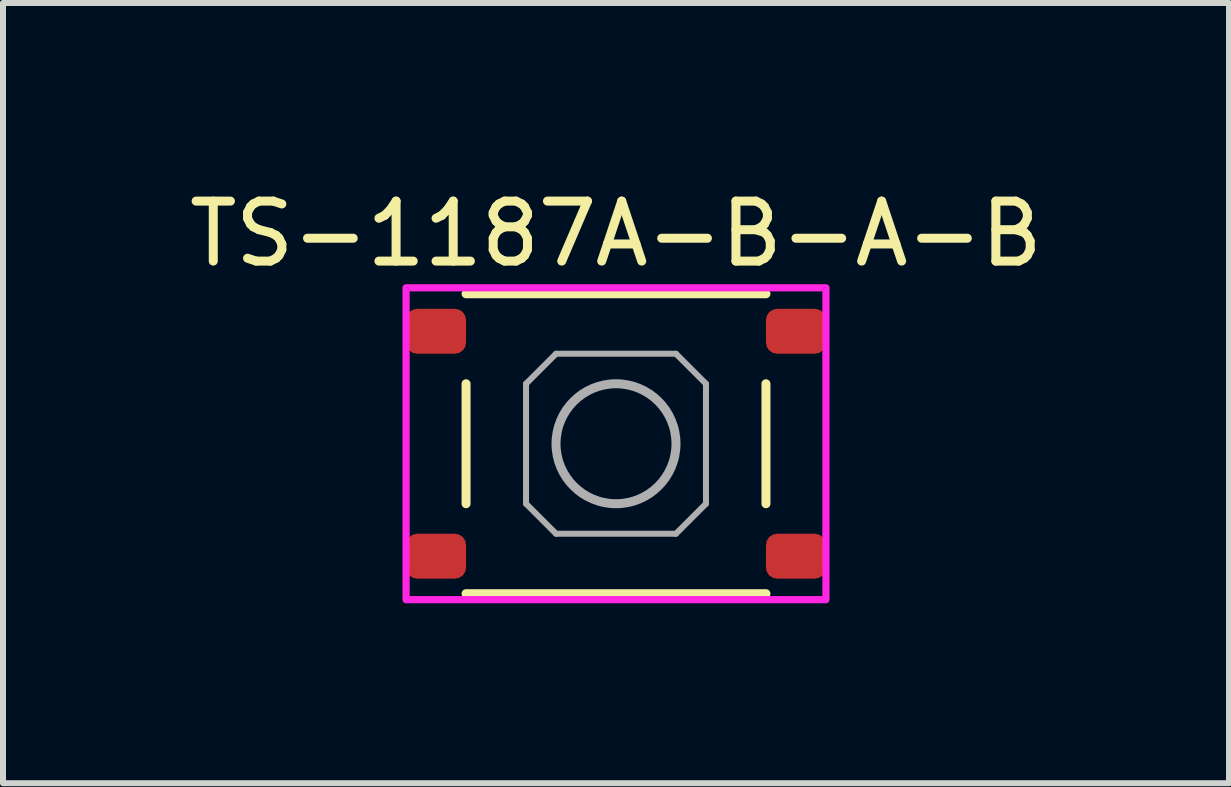
<source format=kicad_pcb>
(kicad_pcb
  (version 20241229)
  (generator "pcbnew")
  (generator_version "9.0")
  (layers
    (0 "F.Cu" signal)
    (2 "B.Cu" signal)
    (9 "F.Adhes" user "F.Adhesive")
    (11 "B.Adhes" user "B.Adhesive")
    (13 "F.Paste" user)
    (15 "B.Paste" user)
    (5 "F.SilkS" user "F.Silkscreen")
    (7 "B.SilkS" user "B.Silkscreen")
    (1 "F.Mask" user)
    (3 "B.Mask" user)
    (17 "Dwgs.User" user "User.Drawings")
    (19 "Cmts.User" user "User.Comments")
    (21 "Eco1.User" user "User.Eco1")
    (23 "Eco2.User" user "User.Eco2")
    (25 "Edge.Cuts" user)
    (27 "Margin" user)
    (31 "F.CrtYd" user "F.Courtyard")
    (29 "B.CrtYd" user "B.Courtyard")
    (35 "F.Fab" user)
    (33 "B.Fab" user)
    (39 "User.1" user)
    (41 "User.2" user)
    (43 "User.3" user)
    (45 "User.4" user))
  (footprint "TS-1187A-B-A-B"
    (layer "F.Cu")
    (at 7.22 4.348)
    (property "Reference" "TS-1187A-B-A-B" (at 0 -3.5 0) (unlocked yes) (layer "F.SilkS") (effects (font (size 1 1) (thickness 0.15))))
    (attr smd)
    (fp_line (start -2.5 -2.5) (end 2.5 -2.5) (stroke (width 0.15) (type solid)) (layer "F.SilkS"))
    (fp_line (start -2.5 -1) (end -2.5 1) (stroke (width 0.15) (type solid)) (layer "F.SilkS"))
    (fp_line (start -2.5 2.5) (end 2.5 2.5) (stroke (width 0.15) (type solid)) (layer "F.SilkS"))
    (fp_line (start 2.5 -1) (end 2.5 1) (stroke (width 0.15) (type solid)) (layer "F.SilkS"))
    (fp_rect (start -3.5 2.6) (end 3.5 -2.6) (stroke (width 0.12) (type solid)) (fill no) (layer "F.CrtYd"))
    (fp_line (start -1.5 -1) (end -1 -1.5) (stroke (width 0.1) (type solid)) (layer "F.Fab"))
    (fp_line (start -1.5 1) (end -1.5 -1) (stroke (width 0.1) (type solid)) (layer "F.Fab"))
    (fp_line (start -1 -1.5) (end 1 -1.5) (stroke (width 0.1) (type solid)) (layer "F.Fab"))
    (fp_line (start -1 1.5) (end -1.5 1) (stroke (width 0.1) (type solid)) (layer "F.Fab"))
    (fp_line (start 1 -1.5) (end 1.5 -1) (stroke (width 0.1) (type solid)) (layer "F.Fab"))
    (fp_line (start 1 1.5) (end -1 1.5) (stroke (width 0.1) (type solid)) (layer "F.Fab"))
    (fp_line (start 1.5 -1) (end 1.5 1) (stroke (width 0.1) (type solid)) (layer "F.Fab"))
    (fp_line (start 1.5 1) (end 1 1.5) (stroke (width 0.1) (type solid)) (layer "F.Fab"))
    (fp_circle (center 0 0) (end 1 0) (stroke (width 0.15) (type solid)) (fill no) (layer "F.Fab"))
    (pad "1" smd roundrect (at -3 -1.875) (size 1 0.75) (layers "F.Cu" "F.Mask" "F.Paste") (roundrect_rratio 0.25))
    (pad "1" smd roundrect (at 3 -1.875) (size 1 0.75) (layers "F.Cu" "F.Mask" "F.Paste") (roundrect_rratio 0.25))
    (pad "2" smd roundrect (at -3 1.875) (size 1 0.75) (layers "F.Cu" "F.Mask" "F.Paste") (roundrect_rratio 0.25))
    (pad "2" smd roundrect (at 3 1.875) (size 1 0.75) (layers "F.Cu" "F.Mask" "F.Paste") (roundrect_rratio 0.25)))
  (gr_rect
    (start -3 -3)
    (end 17.44 10.008)
    (stroke (width 0.1) (type default))
    (fill no)
    (layer "Edge.Cuts")))
</source>
